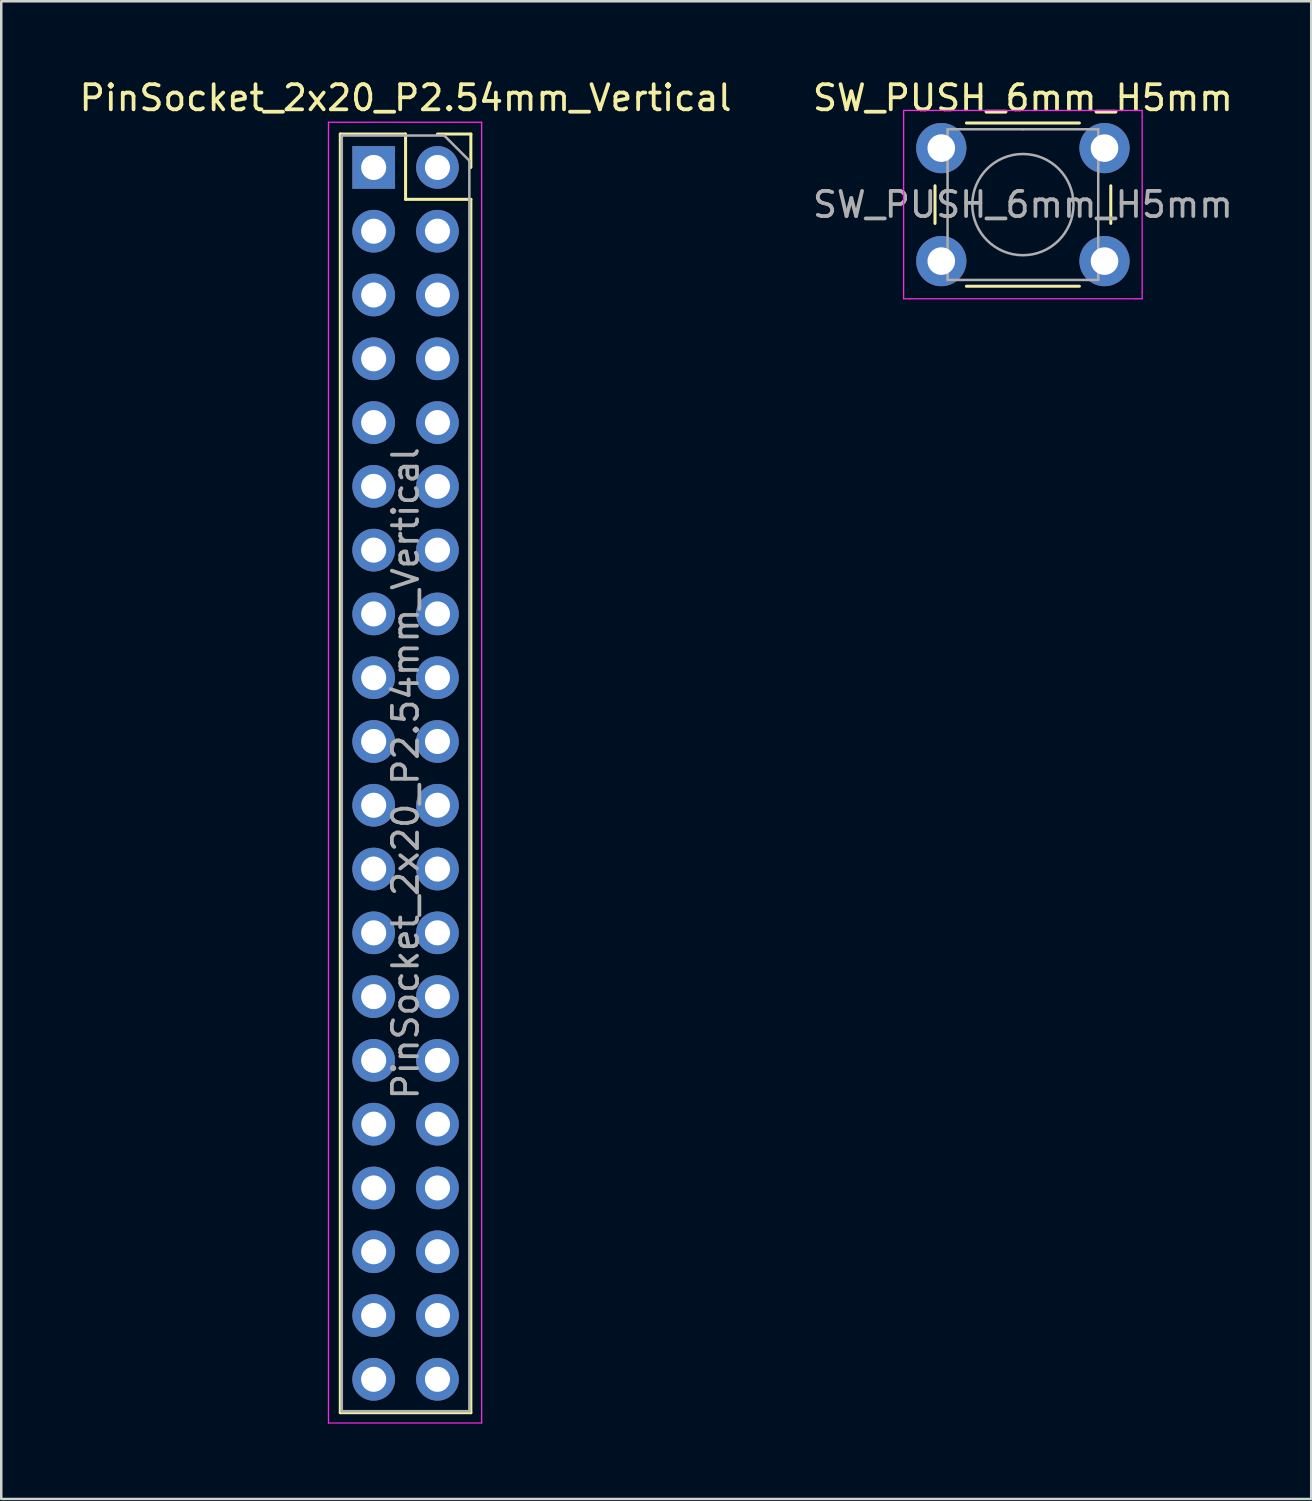
<source format=kicad_pcb>
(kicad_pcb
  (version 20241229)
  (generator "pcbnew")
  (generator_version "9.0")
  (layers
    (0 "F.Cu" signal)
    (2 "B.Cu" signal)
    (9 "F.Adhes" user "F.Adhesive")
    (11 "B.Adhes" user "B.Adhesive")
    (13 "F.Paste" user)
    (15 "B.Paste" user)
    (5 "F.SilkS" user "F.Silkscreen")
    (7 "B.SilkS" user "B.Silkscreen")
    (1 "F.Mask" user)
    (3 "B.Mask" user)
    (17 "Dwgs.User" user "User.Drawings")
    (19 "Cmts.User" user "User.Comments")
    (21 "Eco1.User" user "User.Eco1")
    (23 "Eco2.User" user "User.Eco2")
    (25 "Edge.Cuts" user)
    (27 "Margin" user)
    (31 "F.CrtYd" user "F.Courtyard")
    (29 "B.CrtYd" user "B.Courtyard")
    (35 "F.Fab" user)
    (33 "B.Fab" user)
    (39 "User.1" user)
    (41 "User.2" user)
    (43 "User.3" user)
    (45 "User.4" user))
  (footprint "SW_PUSH_6mm_H5mm"
    (layer "F.Cu")
    (at 34.435 2.848)
    (property "Reference" "SW_PUSH_6mm_H5mm" (at 3.25 -2 0) (layer "F.SilkS") (effects (font (size 1 1) (thickness 0.15))))
    (attr through_hole)
    (fp_line (start -0.25 1.5) (end -0.25 3) (stroke (width 0.12) (type solid)) (layer "F.SilkS"))
    (fp_line (start 1 5.5) (end 5.5 5.5) (stroke (width 0.12) (type solid)) (layer "F.SilkS"))
    (fp_line (start 5.5 -1) (end 1 -1) (stroke (width 0.12) (type solid)) (layer "F.SilkS"))
    (fp_line (start 6.75 3) (end 6.75 1.5) (stroke (width 0.12) (type solid)) (layer "F.SilkS"))
    (fp_line (start -1.5 -1.5) (end -1.25 -1.5) (stroke (width 0.05) (type solid)) (layer "F.CrtYd"))
    (fp_line (start -1.5 -1.25) (end -1.5 -1.5) (stroke (width 0.05) (type solid)) (layer "F.CrtYd"))
    (fp_line (start -1.5 5.75) (end -1.5 -1.25) (stroke (width 0.05) (type solid)) (layer "F.CrtYd"))
    (fp_line (start -1.5 5.75) (end -1.5 6) (stroke (width 0.05) (type solid)) (layer "F.CrtYd"))
    (fp_line (start -1.5 6) (end -1.25 6) (stroke (width 0.05) (type solid)) (layer "F.CrtYd"))
    (fp_line (start -1.25 -1.5) (end 7.75 -1.5) (stroke (width 0.05) (type solid)) (layer "F.CrtYd"))
    (fp_line (start 7.75 -1.5) (end 8 -1.5) (stroke (width 0.05) (type solid)) (layer "F.CrtYd"))
    (fp_line (start 7.75 6) (end -1.25 6) (stroke (width 0.05) (type solid)) (layer "F.CrtYd"))
    (fp_line (start 7.75 6) (end 8 6) (stroke (width 0.05) (type solid)) (layer "F.CrtYd"))
    (fp_line (start 8 -1.5) (end 8 -1.25) (stroke (width 0.05) (type solid)) (layer "F.CrtYd"))
    (fp_line (start 8 -1.25) (end 8 5.75) (stroke (width 0.05) (type solid)) (layer "F.CrtYd"))
    (fp_line (start 8 6) (end 8 5.75) (stroke (width 0.05) (type solid)) (layer "F.CrtYd"))
    (fp_line (start 0.25 -0.75) (end 3.25 -0.75) (stroke (width 0.1) (type solid)) (layer "F.Fab"))
    (fp_line (start 0.25 5.25) (end 0.25 -0.75) (stroke (width 0.1) (type solid)) (layer "F.Fab"))
    (fp_line (start 3.25 -0.75) (end 6.25 -0.75) (stroke (width 0.1) (type solid)) (layer "F.Fab"))
    (fp_line (start 6.25 -0.75) (end 6.25 5.25) (stroke (width 0.1) (type solid)) (layer "F.Fab"))
    (fp_line (start 6.25 5.25) (end 0.25 5.25) (stroke (width 0.1) (type solid)) (layer "F.Fab"))
    (fp_circle (center 3.25 2.25) (end 1.25 2.5) (stroke (width 0.1) (type solid)) (fill no) (layer "F.Fab"))
    (fp_text user "${REFERENCE}" (at 3.25 2.25 0) (layer "F.Fab") (effects (font (size 1 1) (thickness 0.15))))
    (pad "1" thru_hole circle (at 0 0 90) (size 2 2) (drill 1.1) (layers "*.Cu" "*.Mask"))
    (pad "2" thru_hole circle (at 0 4.5 90) (size 2 2) (drill 1.1) (layers "*.Cu" "*.Mask"))
    (pad "3" thru_hole circle (at 6.5 4.5 90) (size 2 2) (drill 1.1) (layers "*.Cu" "*.Mask"))
    (pad "4" thru_hole circle (at 6.5 0 90) (size 2 2) (drill 1.1) (layers "*.Cu" "*.Mask")))
  (footprint "PinSocket_2x20_P2.54mm_Vertical"
    (layer "F.Cu")
    (at 14.371 3.618)
    (property "Reference" "PinSocket_2x20_P2.54mm_Vertical" (at -1.27 -2.77 0) (layer "F.SilkS") (effects (font (size 1 1) (thickness 0.15))))
    (attr through_hole)
    (fp_line (start -3.87 -1.33) (end -3.87 49.59) (stroke (width 0.12) (type solid)) (layer "F.SilkS"))
    (fp_line (start -3.87 -1.33) (end -1.27 -1.33) (stroke (width 0.12) (type solid)) (layer "F.SilkS"))
    (fp_line (start -3.87 49.59) (end 1.33 49.59) (stroke (width 0.12) (type solid)) (layer "F.SilkS"))
    (fp_line (start -1.27 -1.33) (end -1.27 1.27) (stroke (width 0.12) (type solid)) (layer "F.SilkS"))
    (fp_line (start -1.27 1.27) (end 1.33 1.27) (stroke (width 0.12) (type solid)) (layer "F.SilkS"))
    (fp_line (start 0 -1.33) (end 1.33 -1.33) (stroke (width 0.12) (type solid)) (layer "F.SilkS"))
    (fp_line (start 1.33 -1.33) (end 1.33 0) (stroke (width 0.12) (type solid)) (layer "F.SilkS"))
    (fp_line (start 1.33 1.27) (end 1.33 49.59) (stroke (width 0.12) (type solid)) (layer "F.SilkS"))
    (fp_line (start -4.34 -1.8) (end 1.76 -1.8) (stroke (width 0.05) (type solid)) (layer "F.CrtYd"))
    (fp_line (start -4.34 50) (end -4.34 -1.8) (stroke (width 0.05) (type solid)) (layer "F.CrtYd"))
    (fp_line (start 1.76 -1.8) (end 1.76 50) (stroke (width 0.05) (type solid)) (layer "F.CrtYd"))
    (fp_line (start 1.76 50) (end -4.34 50) (stroke (width 0.05) (type solid)) (layer "F.CrtYd"))
    (fp_line (start -3.81 -1.27) (end 0.27 -1.27) (stroke (width 0.1) (type solid)) (layer "F.Fab"))
    (fp_line (start -3.81 49.53) (end -3.81 -1.27) (stroke (width 0.1) (type solid)) (layer "F.Fab"))
    (fp_line (start 0.27 -1.27) (end 1.27 -0.27) (stroke (width 0.1) (type solid)) (layer "F.Fab"))
    (fp_line (start 1.27 -0.27) (end 1.27 49.53) (stroke (width 0.1) (type solid)) (layer "F.Fab"))
    (fp_line (start 1.27 49.53) (end -3.81 49.53) (stroke (width 0.1) (type solid)) (layer "F.Fab"))
    (fp_text user "${REFERENCE}" (at -1.27 24.13 90) (layer "F.Fab") (effects (font (size 1 1) (thickness 0.15))))
    (pad "1" thru_hole rect (at -2.54 0) (size 1.7 1.7) (drill 1) (layers "*.Cu" "*.Mask"))
    (pad "2" thru_hole oval (at 0 0) (size 1.7 1.7) (drill 1) (layers "*.Cu" "*.Mask"))
    (pad "3" thru_hole oval (at -2.54 2.54) (size 1.7 1.7) (drill 1) (layers "*.Cu" "*.Mask"))
    (pad "4" thru_hole oval (at 0 2.54) (size 1.7 1.7) (drill 1) (layers "*.Cu" "*.Mask"))
    (pad "5" thru_hole oval (at -2.54 5.08) (size 1.7 1.7) (drill 1) (layers "*.Cu" "*.Mask"))
    (pad "6" thru_hole oval (at 0 5.08) (size 1.7 1.7) (drill 1) (layers "*.Cu" "*.Mask"))
    (pad "7" thru_hole oval (at -2.54 7.62) (size 1.7 1.7) (drill 1) (layers "*.Cu" "*.Mask"))
    (pad "8" thru_hole oval (at 0 7.62) (size 1.7 1.7) (drill 1) (layers "*.Cu" "*.Mask"))
    (pad "9" thru_hole oval (at -2.54 10.16) (size 1.7 1.7) (drill 1) (layers "*.Cu" "*.Mask"))
    (pad "10" thru_hole oval (at 0 10.16) (size 1.7 1.7) (drill 1) (layers "*.Cu" "*.Mask"))
    (pad "11" thru_hole oval (at -2.54 12.7) (size 1.7 1.7) (drill 1) (layers "*.Cu" "*.Mask"))
    (pad "12" thru_hole oval (at 0 12.7) (size 1.7 1.7) (drill 1) (layers "*.Cu" "*.Mask"))
    (pad "13" thru_hole oval (at -2.54 15.24) (size 1.7 1.7) (drill 1) (layers "*.Cu" "*.Mask"))
    (pad "14" thru_hole oval (at 0 15.24) (size 1.7 1.7) (drill 1) (layers "*.Cu" "*.Mask"))
    (pad "15" thru_hole oval (at -2.54 17.78) (size 1.7 1.7) (drill 1) (layers "*.Cu" "*.Mask"))
    (pad "16" thru_hole oval (at 0 17.78) (size 1.7 1.7) (drill 1) (layers "*.Cu" "*.Mask"))
    (pad "17" thru_hole oval (at -2.54 20.32) (size 1.7 1.7) (drill 1) (layers "*.Cu" "*.Mask"))
    (pad "18" thru_hole oval (at 0 20.32) (size 1.7 1.7) (drill 1) (layers "*.Cu" "*.Mask"))
    (pad "19" thru_hole oval (at -2.54 22.86) (size 1.7 1.7) (drill 1) (layers "*.Cu" "*.Mask"))
    (pad "20" thru_hole oval (at 0 22.86) (size 1.7 1.7) (drill 1) (layers "*.Cu" "*.Mask"))
    (pad "21" thru_hole oval (at -2.54 25.4) (size 1.7 1.7) (drill 1) (layers "*.Cu" "*.Mask"))
    (pad "22" thru_hole oval (at 0 25.4) (size 1.7 1.7) (drill 1) (layers "*.Cu" "*.Mask"))
    (pad "23" thru_hole oval (at -2.54 27.94) (size 1.7 1.7) (drill 1) (layers "*.Cu" "*.Mask"))
    (pad "24" thru_hole oval (at 0 27.94) (size 1.7 1.7) (drill 1) (layers "*.Cu" "*.Mask"))
    (pad "25" thru_hole oval (at -2.54 30.48) (size 1.7 1.7) (drill 1) (layers "*.Cu" "*.Mask"))
    (pad "26" thru_hole oval (at 0 30.48) (size 1.7 1.7) (drill 1) (layers "*.Cu" "*.Mask"))
    (pad "27" thru_hole oval (at -2.54 33.02) (size 1.7 1.7) (drill 1) (layers "*.Cu" "*.Mask"))
    (pad "28" thru_hole oval (at 0 33.02) (size 1.7 1.7) (drill 1) (layers "*.Cu" "*.Mask"))
    (pad "29" thru_hole oval (at -2.54 35.56) (size 1.7 1.7) (drill 1) (layers "*.Cu" "*.Mask"))
    (pad "30" thru_hole oval (at 0 35.56) (size 1.7 1.7) (drill 1) (layers "*.Cu" "*.Mask"))
    (pad "31" thru_hole oval (at -2.54 38.1) (size 1.7 1.7) (drill 1) (layers "*.Cu" "*.Mask"))
    (pad "32" thru_hole oval (at 0 38.1) (size 1.7 1.7) (drill 1) (layers "*.Cu" "*.Mask"))
    (pad "33" thru_hole oval (at -2.54 40.64) (size 1.7 1.7) (drill 1) (layers "*.Cu" "*.Mask"))
    (pad "34" thru_hole oval (at 0 40.64) (size 1.7 1.7) (drill 1) (layers "*.Cu" "*.Mask"))
    (pad "35" thru_hole oval (at -2.54 43.18) (size 1.7 1.7) (drill 1) (layers "*.Cu" "*.Mask"))
    (pad "36" thru_hole oval (at 0 43.18) (size 1.7 1.7) (drill 1) (layers "*.Cu" "*.Mask"))
    (pad "37" thru_hole oval (at -2.54 45.72) (size 1.7 1.7) (drill 1) (layers "*.Cu" "*.Mask"))
    (pad "38" thru_hole oval (at 0 45.72) (size 1.7 1.7) (drill 1) (layers "*.Cu" "*.Mask"))
    (pad "39" thru_hole oval (at -2.54 48.26) (size 1.7 1.7) (drill 1) (layers "*.Cu" "*.Mask"))
    (pad "40" thru_hole oval (at 0 48.26) (size 1.7 1.7) (drill 1) (layers "*.Cu" "*.Mask")))
  (gr_rect
    (start -3 -3)
    (end 49.167 56.643)
    (stroke (width 0.1) (type default))
    (fill no)
    (layer "Edge.Cuts")))
</source>
